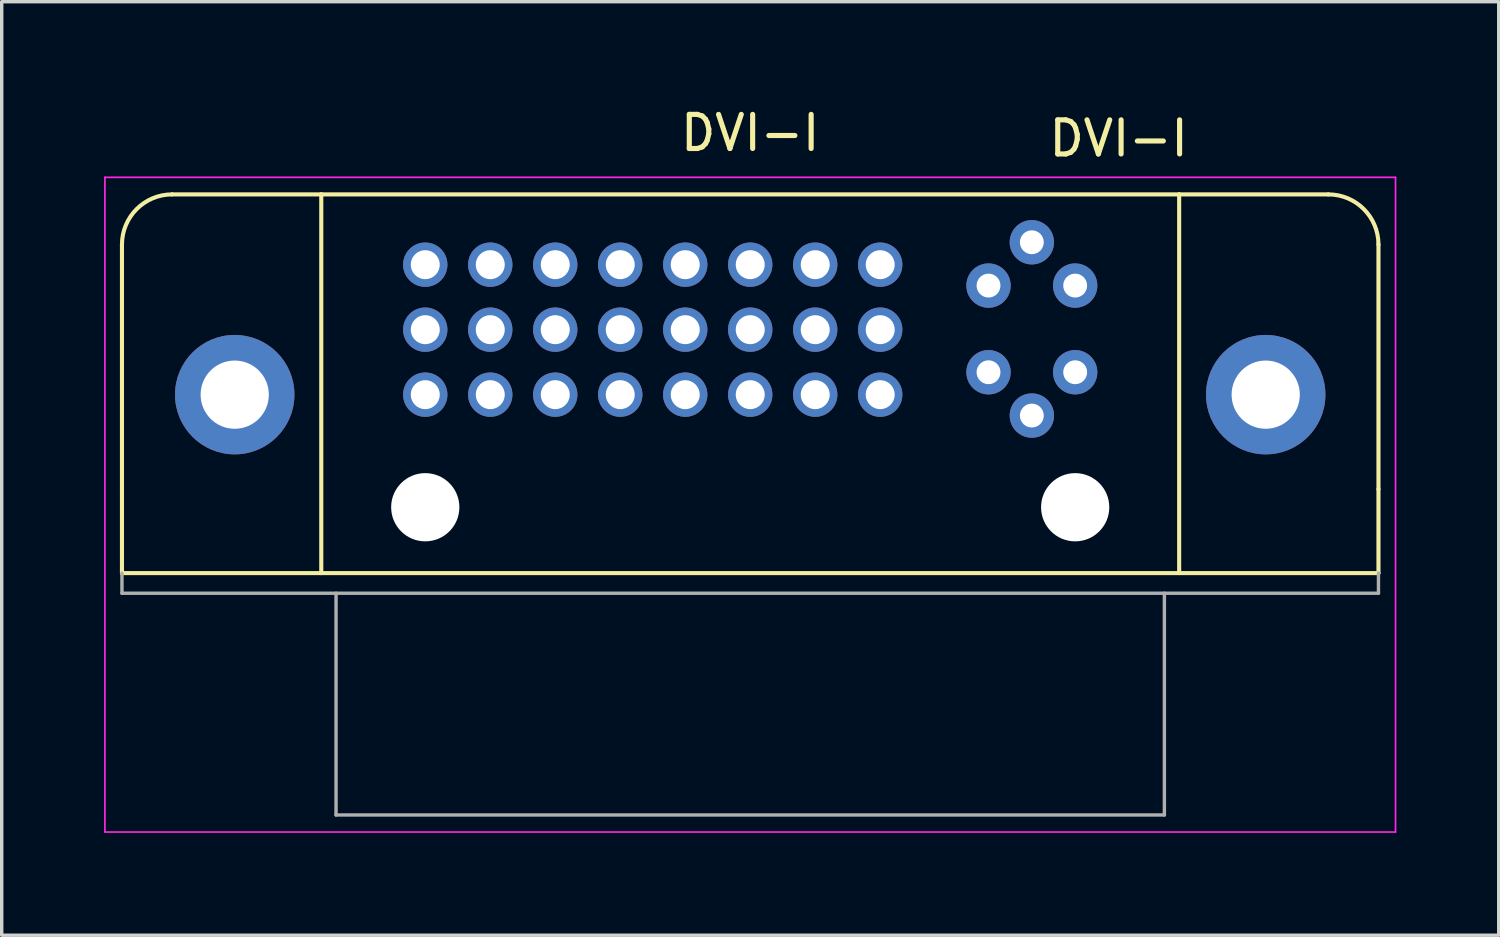
<source format=kicad_pcb>
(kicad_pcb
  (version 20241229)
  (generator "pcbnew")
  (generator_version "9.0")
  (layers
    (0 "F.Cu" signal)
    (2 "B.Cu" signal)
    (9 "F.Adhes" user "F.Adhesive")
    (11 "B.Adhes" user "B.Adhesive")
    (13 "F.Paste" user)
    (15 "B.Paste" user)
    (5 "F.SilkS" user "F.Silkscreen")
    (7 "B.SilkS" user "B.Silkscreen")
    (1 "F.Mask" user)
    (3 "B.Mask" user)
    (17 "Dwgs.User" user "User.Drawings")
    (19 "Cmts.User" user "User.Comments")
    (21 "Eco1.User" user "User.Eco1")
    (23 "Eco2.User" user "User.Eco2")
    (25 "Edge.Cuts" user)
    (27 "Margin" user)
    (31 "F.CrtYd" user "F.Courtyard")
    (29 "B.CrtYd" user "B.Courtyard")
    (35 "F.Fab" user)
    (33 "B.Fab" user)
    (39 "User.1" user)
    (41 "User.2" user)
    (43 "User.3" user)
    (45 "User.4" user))
  (footprint "DVI-I"
    (layer "F.Cu")
    (at 18.94 13.748)
    (property "Reference" "DVI-I" (at 10.8 -12.74 0) (layer "F.SilkS") (effects (font (size 1 1) (thickness 0.15))))
    (attr through_hole)
    (fp_line (start -18.415 -9.63) (end -18.415 -2.458) (stroke (width 0.12) (type solid)) (layer "F.SilkS"))
    (fp_line (start -18.415 -2.458) (end -18.415 0) (stroke (width 0.12) (type solid)) (layer "F.SilkS"))
    (fp_line (start -18.415 0) (end 18.415 0) (stroke (width 0.12) (type solid)) (layer "F.SilkS"))
    (fp_line (start -16.945 -11.1) (end -12.573 -11.1) (stroke (width 0.12) (type solid)) (layer "F.SilkS"))
    (fp_line (start -12.573 -11.1) (end -12.573 0) (stroke (width 0.12) (type solid)) (layer "F.SilkS"))
    (fp_line (start -12.573 -11.1) (end 12.573 -11.1) (stroke (width 0.12) (type solid)) (layer "F.SilkS"))
    (fp_line (start 12.573 -11.1) (end 12.573 0) (stroke (width 0.12) (type solid)) (layer "F.SilkS"))
    (fp_line (start 12.573 -11.1) (end 16.945 -11.1) (stroke (width 0.12) (type solid)) (layer "F.SilkS"))
    (fp_line (start 18.415 -9.63) (end 18.415 -2.458) (stroke (width 0.12) (type solid)) (layer "F.SilkS"))
    (fp_line (start 18.415 -2.458) (end 18.415 0) (stroke (width 0.12) (type solid)) (layer "F.SilkS"))
    (fp_arc (start -18.415 -9.63) (mid -17.984447 -10.669447) (end -16.945 -11.1) (stroke (width 0.12) (type solid)) (layer "F.SilkS"))
    (fp_arc (start 16.945 -11.1) (mid 17.984447 -10.669447) (end 18.415 -9.63) (stroke (width 0.12) (type solid)) (layer "F.SilkS"))
    (fp_line (start -18.915 -11.6) (end 18.915 -11.6) (stroke (width 0.05) (type solid)) (layer "F.CrtYd"))
    (fp_line (start -18.915 7.59) (end -18.915 -11.6) (stroke (width 0.05) (type solid)) (layer "F.CrtYd"))
    (fp_line (start 18.915 -11.6) (end 18.915 7.59) (stroke (width 0.05) (type solid)) (layer "F.CrtYd"))
    (fp_line (start 18.915 7.59) (end -18.915 7.59) (stroke (width 0.05) (type solid)) (layer "F.CrtYd"))
    (fp_line (start -18.415 0) (end -18.415 0.59) (stroke (width 0.1) (type solid)) (layer "F.Fab"))
    (fp_line (start -18.415 0.59) (end 18.415 0.59) (stroke (width 0.1) (type solid)) (layer "F.Fab"))
    (fp_line (start -12.14 7.09) (end -12.14 0.59) (stroke (width 0.1) (type solid)) (layer "F.Fab"))
    (fp_line (start -12.14 7.09) (end 12.14 7.09) (stroke (width 0.1) (type solid)) (layer "F.Fab"))
    (fp_line (start 12.14 7.09) (end 12.14 0.59) (stroke (width 0.1) (type solid)) (layer "F.Fab"))
    (fp_line (start 18.415 0.59) (end 18.415 0) (stroke (width 0.1) (type solid)) (layer "F.Fab"))
    (fp_text user "DVI-I" (at 0 -12.9 0) (layer "F.SilkS") (effects (font (size 1 1) (thickness 0.15))))
    (pad "" np_thru_hole circle (at -9.525 -1.93) (size 2 2) (drill 2) (layers "*.Cu" "*.Mask"))
    (pad "" np_thru_hole circle (at 9.525 -1.93) (size 2 2) (drill 2) (layers "*.Cu" "*.Mask"))
    (pad "1" thru_hole circle (at -9.525 -9.04) (size 1.3 1.3) (drill 0.85) (layers "*.Cu" "*.Mask"))
    (pad "2" thru_hole circle (at -7.62 -9.04) (size 1.3 1.3) (drill 0.85) (layers "*.Cu" "*.Mask"))
    (pad "3" thru_hole circle (at -5.715 -9.04) (size 1.3 1.3) (drill 0.85) (layers "*.Cu" "*.Mask"))
    (pad "4" thru_hole circle (at -3.81 -9.04) (size 1.3 1.3) (drill 0.85) (layers "*.Cu" "*.Mask"))
    (pad "5" thru_hole circle (at -1.905 -9.04) (size 1.3 1.3) (drill 0.85) (layers "*.Cu" "*.Mask"))
    (pad "6" thru_hole circle (at 0 -9.04) (size 1.3 1.3) (drill 0.85) (layers "*.Cu" "*.Mask"))
    (pad "7" thru_hole circle (at 1.905 -9.04) (size 1.3 1.3) (drill 0.85) (layers "*.Cu" "*.Mask"))
    (pad "8" thru_hole circle (at 3.81 -9.04) (size 1.3 1.3) (drill 0.85) (layers "*.Cu" "*.Mask"))
    (pad "9" thru_hole circle (at -9.525 -7.135) (size 1.3 1.3) (drill 0.85) (layers "*.Cu" "*.Mask"))
    (pad "10" thru_hole circle (at -7.62 -7.135) (size 1.3 1.3) (drill 0.85) (layers "*.Cu" "*.Mask"))
    (pad "11" thru_hole circle (at -5.715 -7.135) (size 1.3 1.3) (drill 0.85) (layers "*.Cu" "*.Mask"))
    (pad "12" thru_hole circle (at -3.81 -7.135) (size 1.3 1.3) (drill 0.85) (layers "*.Cu" "*.Mask"))
    (pad "13" thru_hole circle (at -1.905 -7.135) (size 1.3 1.3) (drill 0.85) (layers "*.Cu" "*.Mask"))
    (pad "14" thru_hole circle (at 0 -7.135) (size 1.3 1.3) (drill 0.85) (layers "*.Cu" "*.Mask"))
    (pad "15" thru_hole circle (at 1.905 -7.135) (size 1.3 1.3) (drill 0.85) (layers "*.Cu" "*.Mask"))
    (pad "16" thru_hole circle (at 3.81 -7.135) (size 1.3 1.3) (drill 0.85) (layers "*.Cu" "*.Mask"))
    (pad "17" thru_hole circle (at -9.525 -5.23) (size 1.3 1.3) (drill 0.85) (layers "*.Cu" "*.Mask"))
    (pad "18" thru_hole circle (at -7.62 -5.23) (size 1.3 1.3) (drill 0.85) (layers "*.Cu" "*.Mask"))
    (pad "19" thru_hole circle (at -5.715 -5.23) (size 1.3 1.3) (drill 0.85) (layers "*.Cu" "*.Mask"))
    (pad "20" thru_hole circle (at -3.81 -5.23) (size 1.3 1.3) (drill 0.85) (layers "*.Cu" "*.Mask"))
    (pad "21" thru_hole circle (at -1.905 -5.23) (size 1.3 1.3) (drill 0.85) (layers "*.Cu" "*.Mask"))
    (pad "22" thru_hole circle (at 0 -5.23) (size 1.3 1.3) (drill 0.85) (layers "*.Cu" "*.Mask"))
    (pad "23" thru_hole circle (at 1.905 -5.23) (size 1.3 1.3) (drill 0.85) (layers "*.Cu" "*.Mask"))
    (pad "24" thru_hole circle (at 3.81 -5.23) (size 1.3 1.3) (drill 0.85) (layers "*.Cu" "*.Mask"))
    (pad "C1" thru_hole circle (at 6.985 -8.427) (size 1.3 1.3) (drill 0.7) (layers "*.Cu" "*.Mask"))
    (pad "C2" thru_hole circle (at 9.525 -8.427) (size 1.3 1.3) (drill 0.7) (layers "*.Cu" "*.Mask"))
    (pad "C3" thru_hole circle (at 6.985 -5.887) (size 1.3 1.3) (drill 0.7) (layers "*.Cu" "*.Mask"))
    (pad "C4" thru_hole circle (at 9.525 -5.887) (size 1.3 1.3) (drill 0.7) (layers "*.Cu" "*.Mask"))
    (pad "C5" thru_hole circle (at 8.255 -9.697) (size 1.3 1.3) (drill 0.7) (layers "*.Cu" "*.Mask"))
    (pad "C5" thru_hole circle (at 8.255 -4.617) (size 1.3 1.3) (drill 0.7) (layers "*.Cu" "*.Mask"))
    (pad "SH" thru_hole circle (at -15.11 -5.23) (size 3.5 3.5) (drill 2) (layers "*.Cu" "*.Mask"))
    (pad "SH" thru_hole circle (at 15.11 -5.23) (size 3.5 3.5) (drill 2) (layers "*.Cu" "*.Mask")))
  (gr_rect
    (start -3 -3)
    (end 40.88 24.363)
    (stroke (width 0.1) (type default))
    (fill no)
    (layer "Edge.Cuts")))
</source>
